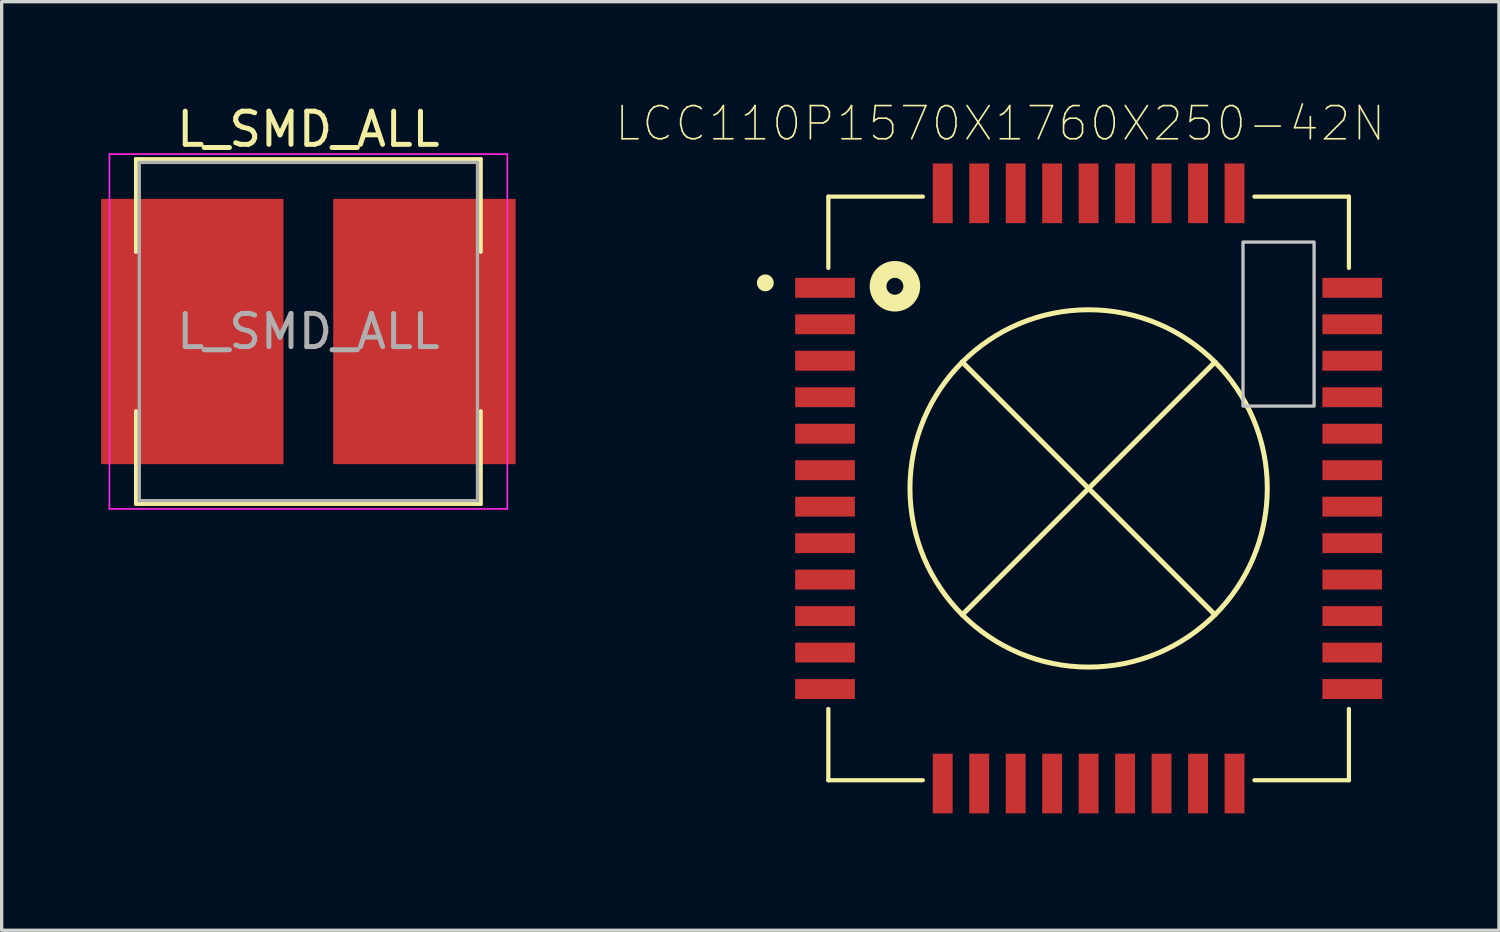
<source format=kicad_pcb>
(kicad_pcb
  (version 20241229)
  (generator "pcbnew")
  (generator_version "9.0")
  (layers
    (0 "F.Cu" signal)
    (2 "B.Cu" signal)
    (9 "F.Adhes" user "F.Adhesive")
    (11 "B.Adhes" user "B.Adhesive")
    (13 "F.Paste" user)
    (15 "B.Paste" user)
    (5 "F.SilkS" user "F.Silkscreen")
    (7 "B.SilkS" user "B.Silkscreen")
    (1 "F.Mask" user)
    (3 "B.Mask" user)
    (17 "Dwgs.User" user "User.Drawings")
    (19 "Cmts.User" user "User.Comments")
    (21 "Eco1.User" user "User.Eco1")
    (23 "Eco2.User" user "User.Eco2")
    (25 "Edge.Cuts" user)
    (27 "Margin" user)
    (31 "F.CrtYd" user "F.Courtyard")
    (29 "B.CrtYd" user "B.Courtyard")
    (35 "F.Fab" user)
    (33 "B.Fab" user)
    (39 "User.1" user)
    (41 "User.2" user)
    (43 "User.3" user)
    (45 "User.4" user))
  (footprint "L_SMD_ALL"
    (layer "F.Cu")
    (at 6.25 6.948)
    (property "Reference" "L_SMD_ALL" (at 0 -6.1 0) (layer "F.SilkS") (effects (font (size 1 1) (thickness 0.15))))
    (attr smd)
    (fp_line (start -5.2 -5.2) (end 5.2 -5.2) (stroke (width 0.12) (type solid)) (layer "F.SilkS"))
    (fp_line (start -5.2 -2.4) (end -5.2 -5.2) (stroke (width 0.12) (type solid)) (layer "F.SilkS"))
    (fp_line (start -5.2 2.4) (end -5.2 5.2) (stroke (width 0.12) (type solid)) (layer "F.SilkS"))
    (fp_line (start -5.2 5.2) (end 5.2 5.2) (stroke (width 0.12) (type solid)) (layer "F.SilkS"))
    (fp_line (start 5.2 -5.2) (end 5.2 -2.4) (stroke (width 0.12) (type solid)) (layer "F.SilkS"))
    (fp_line (start 5.2 5.2) (end 5.2 2.4) (stroke (width 0.12) (type solid)) (layer "F.SilkS"))
    (fp_line (start -6 -5.35) (end -6 5.35) (stroke (width 0.05) (type solid)) (layer "F.CrtYd"))
    (fp_line (start -6 5.35) (end 6 5.35) (stroke (width 0.05) (type solid)) (layer "F.CrtYd"))
    (fp_line (start 6 -5.35) (end -6 -5.35) (stroke (width 0.05) (type solid)) (layer "F.CrtYd"))
    (fp_line (start 6 5.35) (end 6 -5.35) (stroke (width 0.05) (type solid)) (layer "F.CrtYd"))
    (fp_line (start -5.1 -5.1) (end -5.1 5.1) (stroke (width 0.1) (type solid)) (layer "F.Fab"))
    (fp_line (start -5.1 5.1) (end 5.1 5.1) (stroke (width 0.1) (type solid)) (layer "F.Fab"))
    (fp_line (start 5.1 -5.1) (end -5.1 -5.1) (stroke (width 0.1) (type solid)) (layer "F.Fab"))
    (fp_line (start 5.1 5.1) (end 5.1 -5.1) (stroke (width 0.1) (type solid)) (layer "F.Fab"))
    (fp_text user "${REFERENCE}" (at 0 0 0) (layer "F.Fab") (effects (font (size 1 1) (thickness 0.15))))
    (pad "1" smd rect (at -3.5 0) (size 5.5 8) (layers "F.Cu" "F.Mask" "F.Paste"))
    (pad "2" smd rect (at 3.5 0) (size 5.5 8) (layers "F.Cu" "F.Mask" "F.Paste")))
  (footprint "LCC110P1570X1760X250-42N"
    (layer "F.Cu")
    (at 29.781 11.68)
    (property "Reference" "LCC110P1570X1760X250-42N" (at -2.665 -11.006 0) (layer "F.SilkS") (effects (font (size 1.002 1.002) (thickness 0.05))))
    (attr smd)
    (fp_line (start -7.85 -8.8) (end -7.85 -6.65) (stroke (width 0.127) (type solid)) (layer "F.SilkS"))
    (fp_line (start -7.85 6.65) (end -7.85 8.8) (stroke (width 0.127) (type solid)) (layer "F.SilkS"))
    (fp_line (start -7.85 8.8) (end -5 8.8) (stroke (width 0.127) (type solid)) (layer "F.SilkS"))
    (fp_line (start -5 -8.8) (end -7.85 -8.8) (stroke (width 0.127) (type solid)) (layer "F.SilkS"))
    (fp_line (start -3.81 -3.81) (end 3.81 3.81) (stroke (width 0.15) (type solid)) (layer "F.SilkS"))
    (fp_line (start 3.81 -3.81) (end -3.81 3.81) (stroke (width 0.15) (type solid)) (layer "F.SilkS"))
    (fp_line (start 5 8.8) (end 7.85 8.8) (stroke (width 0.127) (type solid)) (layer "F.SilkS"))
    (fp_line (start 7.85 -8.8) (end 5 -8.8) (stroke (width 0.127) (type solid)) (layer "F.SilkS"))
    (fp_line (start 7.85 -6.65) (end 7.85 -8.8) (stroke (width 0.127) (type solid)) (layer "F.SilkS"))
    (fp_line (start 7.85 8.8) (end 7.85 6.65) (stroke (width 0.127) (type solid)) (layer "F.SilkS"))
    (fp_circle (center -9.75 -6.2) (end -9.496 -6.2) (stroke (width 0) (type solid)) (fill yes) (layer "F.SilkS"))
    (fp_circle (center -5.842 -6.096) (end -5.334 -6.096) (stroke (width 0.508) (type solid)) (fill no) (layer "F.SilkS"))
    (fp_circle (center 0 0) (end 3.81 3.81) (stroke (width 0.15) (type solid)) (fill no) (layer "F.SilkS"))
    (fp_poly (pts (xy 4.656 -7.43) (xy 6.8 -7.43) (xy 6.8 -2.483) (xy 4.656 -2.483)) (stroke (width 0.1) (type solid)) (fill no) (layer "Dwgs.User"))
    (fp_line (start -9.35 -6.85) (end -8.35 -6.85) (stroke (width 0.05) (type solid)) (layer "Eco1.User"))
    (fp_line (start -9.35 6.85) (end -9.35 -6.85) (stroke (width 0.05) (type solid)) (layer "Eco1.User"))
    (fp_line (start -8.35 -9.3) (end -5.2 -9.3) (stroke (width 0.05) (type solid)) (layer "Eco1.User"))
    (fp_line (start -8.35 -6.85) (end -8.35 -9.3) (stroke (width 0.05) (type solid)) (layer "Eco1.User"))
    (fp_line (start -8.35 6.85) (end -9.35 6.85) (stroke (width 0.05) (type solid)) (layer "Eco1.User"))
    (fp_line (start -8.35 9.3) (end -8.35 6.85) (stroke (width 0.05) (type solid)) (layer "Eco1.User"))
    (fp_line (start -5.2 -10.3) (end 5.2 -10.3) (stroke (width 0.05) (type solid)) (layer "Eco1.User"))
    (fp_line (start -5.2 -9.3) (end -5.2 -10.3) (stroke (width 0.05) (type solid)) (layer "Eco1.User"))
    (fp_line (start -5.2 9.3) (end -8.35 9.3) (stroke (width 0.05) (type solid)) (layer "Eco1.User"))
    (fp_line (start -5.2 10.3) (end -5.2 9.3) (stroke (width 0.05) (type solid)) (layer "Eco1.User"))
    (fp_line (start 5.2 -10.3) (end 5.2 -9.3) (stroke (width 0.05) (type solid)) (layer "Eco1.User"))
    (fp_line (start 5.2 -9.3) (end 8.35 -9.3) (stroke (width 0.05) (type solid)) (layer "Eco1.User"))
    (fp_line (start 5.2 9.3) (end 5.2 10.3) (stroke (width 0.05) (type solid)) (layer "Eco1.User"))
    (fp_line (start 5.2 10.3) (end -5.2 10.3) (stroke (width 0.05) (type solid)) (layer "Eco1.User"))
    (fp_line (start 8.35 -9.3) (end 8.35 -6.85) (stroke (width 0.05) (type solid)) (layer "Eco1.User"))
    (fp_line (start 8.35 -6.85) (end 9.35 -6.85) (stroke (width 0.05) (type solid)) (layer "Eco1.User"))
    (fp_line (start 8.35 6.85) (end 8.35 9.3) (stroke (width 0.05) (type solid)) (layer "Eco1.User"))
    (fp_line (start 8.35 9.3) (end 5.2 9.3) (stroke (width 0.05) (type solid)) (layer "Eco1.User"))
    (fp_line (start 9.35 -6.85) (end 9.35 6.85) (stroke (width 0.05) (type solid)) (layer "Eco1.User"))
    (fp_line (start 9.35 6.85) (end 8.35 6.85) (stroke (width 0.05) (type solid)) (layer "Eco1.User"))
    (fp_poly (pts (xy 4.658 -7.43) (xy 6.8 -7.43) (xy 6.8 -2.484) (xy 4.658 -2.484)) (stroke (width 0.1) (type solid)) (fill no) (layer "Eco1.User"))
    (pad "1" smd rect (at -7.95 -6.05) (size 1.8 0.6) (layers "F.Cu" "F.Mask" "F.Paste"))
    (pad "2" smd rect (at -7.95 -4.95) (size 1.8 0.6) (layers "F.Cu" "F.Mask" "F.Paste"))
    (pad "3" smd rect (at -7.95 -3.85) (size 1.8 0.6) (layers "F.Cu" "F.Mask" "F.Paste"))
    (pad "4" smd rect (at -7.95 -2.75) (size 1.8 0.6) (layers "F.Cu" "F.Mask" "F.Paste"))
    (pad "5" smd rect (at -7.95 -1.65) (size 1.8 0.6) (layers "F.Cu" "F.Mask" "F.Paste"))
    (pad "6" smd rect (at -7.95 -0.55) (size 1.8 0.6) (layers "F.Cu" "F.Mask" "F.Paste"))
    (pad "7" smd rect (at -7.95 0.55) (size 1.8 0.6) (layers "F.Cu" "F.Mask" "F.Paste"))
    (pad "8" smd rect (at -7.95 1.65) (size 1.8 0.6) (layers "F.Cu" "F.Mask" "F.Paste"))
    (pad "9" smd rect (at -7.95 2.75) (size 1.8 0.6) (layers "F.Cu" "F.Mask" "F.Paste"))
    (pad "10" smd rect (at -7.95 3.85) (size 1.8 0.6) (layers "F.Cu" "F.Mask" "F.Paste"))
    (pad "11" smd rect (at -7.95 4.95) (size 1.8 0.6) (layers "F.Cu" "F.Mask" "F.Paste"))
    (pad "12" smd rect (at -7.95 6.05) (size 1.8 0.6) (layers "F.Cu" "F.Mask" "F.Paste"))
    (pad "13" smd rect (at -4.4 8.9 90) (size 1.8 0.6) (layers "F.Cu" "F.Mask" "F.Paste"))
    (pad "14" smd rect (at -3.3 8.9 90) (size 1.8 0.6) (layers "F.Cu" "F.Mask" "F.Paste"))
    (pad "15" smd rect (at -2.2 8.9 90) (size 1.8 0.6) (layers "F.Cu" "F.Mask" "F.Paste"))
    (pad "16" smd rect (at -1.1 8.9 90) (size 1.8 0.6) (layers "F.Cu" "F.Mask" "F.Paste"))
    (pad "17" smd rect (at 0 8.9 90) (size 1.8 0.6) (layers "F.Cu" "F.Mask" "F.Paste"))
    (pad "18" smd rect (at 1.1 8.9 90) (size 1.8 0.6) (layers "F.Cu" "F.Mask" "F.Paste"))
    (pad "19" smd rect (at 2.2 8.9 90) (size 1.8 0.6) (layers "F.Cu" "F.Mask" "F.Paste"))
    (pad "20" smd rect (at 3.3 8.9 90) (size 1.8 0.6) (layers "F.Cu" "F.Mask" "F.Paste"))
    (pad "21" smd rect (at 4.4 8.9 90) (size 1.8 0.6) (layers "F.Cu" "F.Mask" "F.Paste"))
    (pad "22" smd rect (at 7.95 6.05 180) (size 1.8 0.6) (layers "F.Cu" "F.Mask" "F.Paste"))
    (pad "23" smd rect (at 7.95 4.95 180) (size 1.8 0.6) (layers "F.Cu" "F.Mask" "F.Paste"))
    (pad "24" smd rect (at 7.95 3.85 180) (size 1.8 0.6) (layers "F.Cu" "F.Mask" "F.Paste"))
    (pad "25" smd rect (at 7.95 2.75 180) (size 1.8 0.6) (layers "F.Cu" "F.Mask" "F.Paste"))
    (pad "26" smd rect (at 7.95 1.65 180) (size 1.8 0.6) (layers "F.Cu" "F.Mask" "F.Paste"))
    (pad "27" smd rect (at 7.95 0.55 180) (size 1.8 0.6) (layers "F.Cu" "F.Mask" "F.Paste"))
    (pad "28" smd rect (at 7.95 -0.55 180) (size 1.8 0.6) (layers "F.Cu" "F.Mask" "F.Paste"))
    (pad "29" smd rect (at 7.95 -1.65 180) (size 1.8 0.6) (layers "F.Cu" "F.Mask" "F.Paste"))
    (pad "30" smd rect (at 7.95 -2.75 180) (size 1.8 0.6) (layers "F.Cu" "F.Mask" "F.Paste"))
    (pad "31" smd rect (at 7.95 -3.85 180) (size 1.8 0.6) (layers "F.Cu" "F.Mask" "F.Paste"))
    (pad "32" smd rect (at 7.95 -4.95 180) (size 1.8 0.6) (layers "F.Cu" "F.Mask" "F.Paste"))
    (pad "33" smd rect (at 7.95 -6.05 180) (size 1.8 0.6) (layers "F.Cu" "F.Mask" "F.Paste"))
    (pad "34" smd rect (at 4.4 -8.9 270) (size 1.8 0.6) (layers "F.Cu" "F.Mask" "F.Paste"))
    (pad "35" smd rect (at 3.3 -8.9 270) (size 1.8 0.6) (layers "F.Cu" "F.Mask" "F.Paste"))
    (pad "36" smd rect (at 2.2 -8.9 270) (size 1.8 0.6) (layers "F.Cu" "F.Mask" "F.Paste"))
    (pad "37" smd rect (at 1.1 -8.9 270) (size 1.8 0.6) (layers "F.Cu" "F.Mask" "F.Paste"))
    (pad "38" smd rect (at 0 -8.9 270) (size 1.8 0.6) (layers "F.Cu" "F.Mask" "F.Paste"))
    (pad "39" smd rect (at -1.1 -8.9 270) (size 1.8 0.6) (layers "F.Cu" "F.Mask" "F.Paste"))
    (pad "40" smd rect (at -2.2 -8.9 270) (size 1.8 0.6) (layers "F.Cu" "F.Mask" "F.Paste"))
    (pad "41" smd rect (at -3.3 -8.9 270) (size 1.8 0.6) (layers "F.Cu" "F.Mask" "F.Paste"))
    (pad "42" smd rect (at -4.4 -8.9 270) (size 1.8 0.6) (layers "F.Cu" "F.Mask" "F.Paste")))
  (gr_rect
    (start -3 -3)
    (end 42.156 25.005)
    (stroke (width 0.1) (type default))
    (fill no)
    (layer "Edge.Cuts")))
</source>
